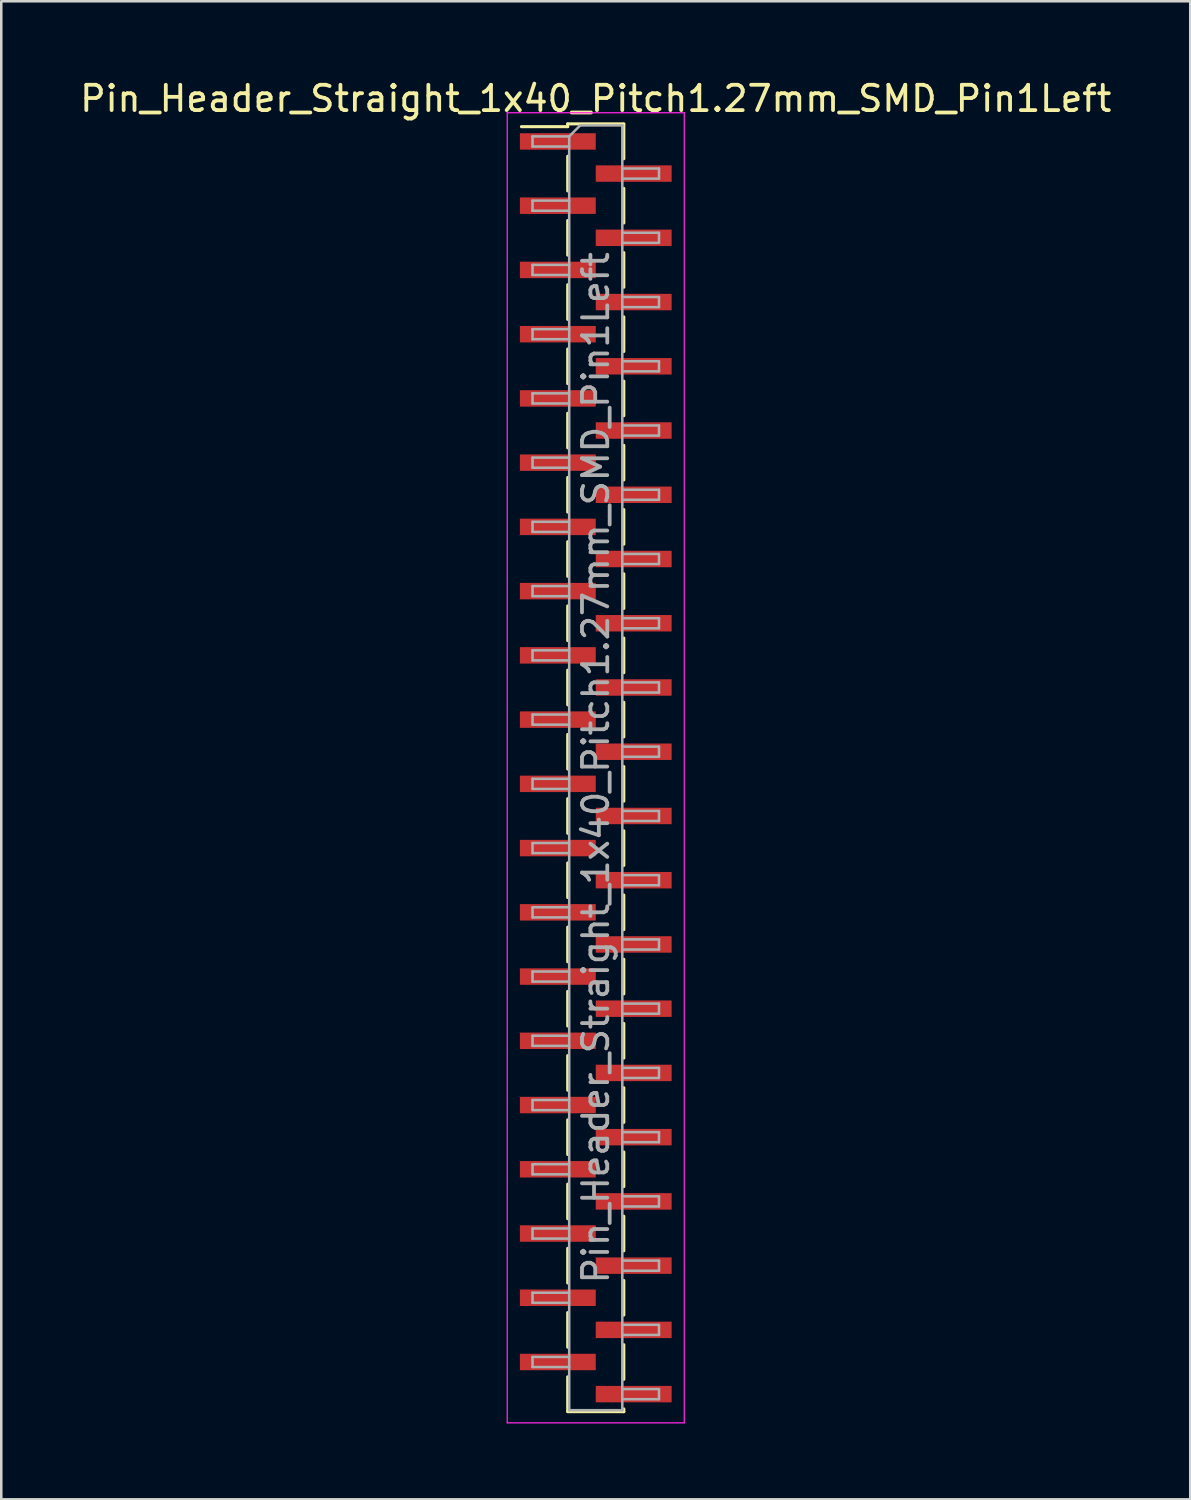
<source format=kicad_pcb>
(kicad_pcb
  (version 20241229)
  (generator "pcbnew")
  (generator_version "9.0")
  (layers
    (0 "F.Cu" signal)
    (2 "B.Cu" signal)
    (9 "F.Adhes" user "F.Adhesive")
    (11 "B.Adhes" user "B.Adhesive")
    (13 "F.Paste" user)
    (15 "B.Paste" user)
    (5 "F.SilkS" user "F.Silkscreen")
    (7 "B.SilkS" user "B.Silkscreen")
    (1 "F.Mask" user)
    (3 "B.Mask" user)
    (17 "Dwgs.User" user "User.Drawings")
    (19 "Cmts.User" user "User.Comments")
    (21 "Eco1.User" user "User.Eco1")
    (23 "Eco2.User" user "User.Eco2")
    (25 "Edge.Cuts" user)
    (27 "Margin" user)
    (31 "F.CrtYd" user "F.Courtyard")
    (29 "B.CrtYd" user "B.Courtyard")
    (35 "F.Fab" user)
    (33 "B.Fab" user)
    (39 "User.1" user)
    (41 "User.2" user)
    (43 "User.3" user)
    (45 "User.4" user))
  (footprint "Pin_Header_Straight_1x40_Pitch1.27mm_SMD_Pin1Left"
    (layer "F.Cu")
    (at 20.506 27.308)
    (property "Reference" "Pin_Header_Straight_1x40_Pitch1.27mm_SMD_Pin1Left" (at 0 -26.46 0) (layer "F.SilkS") (effects (font (size 1 1) (thickness 0.15))))
    (attr smd)
    (fp_line (start -1.11 -25.46) (end -1.11 -25.35) (stroke (width 0.12) (type solid)) (layer "F.SilkS"))
    (fp_line (start -1.11 -25.46) (end 1.11 -25.46) (stroke (width 0.12) (type solid)) (layer "F.SilkS"))
    (fp_line (start -1.11 -25.35) (end -2.94 -25.35) (stroke (width 0.12) (type solid)) (layer "F.SilkS"))
    (fp_line (start -1.11 -24.18) (end -1.11 -22.81) (stroke (width 0.12) (type solid)) (layer "F.SilkS"))
    (fp_line (start -1.11 -21.64) (end -1.11 -20.27) (stroke (width 0.12) (type solid)) (layer "F.SilkS"))
    (fp_line (start -1.11 -19.1) (end -1.11 -17.73) (stroke (width 0.12) (type solid)) (layer "F.SilkS"))
    (fp_line (start -1.11 -16.56) (end -1.11 -15.19) (stroke (width 0.12) (type solid)) (layer "F.SilkS"))
    (fp_line (start -1.11 -14.02) (end -1.11 -12.65) (stroke (width 0.12) (type solid)) (layer "F.SilkS"))
    (fp_line (start -1.11 -11.48) (end -1.11 -10.11) (stroke (width 0.12) (type solid)) (layer "F.SilkS"))
    (fp_line (start -1.11 -8.94) (end -1.11 -7.57) (stroke (width 0.12) (type solid)) (layer "F.SilkS"))
    (fp_line (start -1.11 -6.4) (end -1.11 -5.03) (stroke (width 0.12) (type solid)) (layer "F.SilkS"))
    (fp_line (start -1.11 -3.86) (end -1.11 -2.49) (stroke (width 0.12) (type solid)) (layer "F.SilkS"))
    (fp_line (start -1.11 -1.32) (end -1.11 0.05) (stroke (width 0.12) (type solid)) (layer "F.SilkS"))
    (fp_line (start -1.11 1.22) (end -1.11 2.59) (stroke (width 0.12) (type solid)) (layer "F.SilkS"))
    (fp_line (start -1.11 3.76) (end -1.11 5.13) (stroke (width 0.12) (type solid)) (layer "F.SilkS"))
    (fp_line (start -1.11 6.3) (end -1.11 7.67) (stroke (width 0.12) (type solid)) (layer "F.SilkS"))
    (fp_line (start -1.11 8.84) (end -1.11 10.21) (stroke (width 0.12) (type solid)) (layer "F.SilkS"))
    (fp_line (start -1.11 11.38) (end -1.11 12.75) (stroke (width 0.12) (type solid)) (layer "F.SilkS"))
    (fp_line (start -1.11 13.92) (end -1.11 15.29) (stroke (width 0.12) (type solid)) (layer "F.SilkS"))
    (fp_line (start -1.11 16.46) (end -1.11 17.83) (stroke (width 0.12) (type solid)) (layer "F.SilkS"))
    (fp_line (start -1.11 19) (end -1.11 20.37) (stroke (width 0.12) (type solid)) (layer "F.SilkS"))
    (fp_line (start -1.11 21.54) (end -1.11 22.91) (stroke (width 0.12) (type solid)) (layer "F.SilkS"))
    (fp_line (start -1.11 24.08) (end -1.11 25.45) (stroke (width 0.12) (type solid)) (layer "F.SilkS"))
    (fp_line (start -1.11 25.46) (end 1.11 25.46) (stroke (width 0.12) (type solid)) (layer "F.SilkS"))
    (fp_line (start 1.11 -25.45) (end 1.11 -24.08) (stroke (width 0.12) (type solid)) (layer "F.SilkS"))
    (fp_line (start 1.11 -22.91) (end 1.11 -21.54) (stroke (width 0.12) (type solid)) (layer "F.SilkS"))
    (fp_line (start 1.11 -20.37) (end 1.11 -19) (stroke (width 0.12) (type solid)) (layer "F.SilkS"))
    (fp_line (start 1.11 -17.83) (end 1.11 -16.46) (stroke (width 0.12) (type solid)) (layer "F.SilkS"))
    (fp_line (start 1.11 -15.29) (end 1.11 -13.92) (stroke (width 0.12) (type solid)) (layer "F.SilkS"))
    (fp_line (start 1.11 -12.75) (end 1.11 -11.38) (stroke (width 0.12) (type solid)) (layer "F.SilkS"))
    (fp_line (start 1.11 -10.21) (end 1.11 -8.84) (stroke (width 0.12) (type solid)) (layer "F.SilkS"))
    (fp_line (start 1.11 -7.67) (end 1.11 -6.3) (stroke (width 0.12) (type solid)) (layer "F.SilkS"))
    (fp_line (start 1.11 -5.13) (end 1.11 -3.76) (stroke (width 0.12) (type solid)) (layer "F.SilkS"))
    (fp_line (start 1.11 -2.59) (end 1.11 -1.22) (stroke (width 0.12) (type solid)) (layer "F.SilkS"))
    (fp_line (start 1.11 -0.05) (end 1.11 1.32) (stroke (width 0.12) (type solid)) (layer "F.SilkS"))
    (fp_line (start 1.11 2.49) (end 1.11 3.86) (stroke (width 0.12) (type solid)) (layer "F.SilkS"))
    (fp_line (start 1.11 5.03) (end 1.11 6.4) (stroke (width 0.12) (type solid)) (layer "F.SilkS"))
    (fp_line (start 1.11 7.57) (end 1.11 8.94) (stroke (width 0.12) (type solid)) (layer "F.SilkS"))
    (fp_line (start 1.11 10.11) (end 1.11 11.48) (stroke (width 0.12) (type solid)) (layer "F.SilkS"))
    (fp_line (start 1.11 12.65) (end 1.11 14.02) (stroke (width 0.12) (type solid)) (layer "F.SilkS"))
    (fp_line (start 1.11 15.19) (end 1.11 16.56) (stroke (width 0.12) (type solid)) (layer "F.SilkS"))
    (fp_line (start 1.11 17.73) (end 1.11 19.1) (stroke (width 0.12) (type solid)) (layer "F.SilkS"))
    (fp_line (start 1.11 20.27) (end 1.11 21.64) (stroke (width 0.12) (type solid)) (layer "F.SilkS"))
    (fp_line (start 1.11 22.81) (end 1.11 24.18) (stroke (width 0.12) (type solid)) (layer "F.SilkS"))
    (fp_line (start 1.11 25.35) (end 1.11 25.46) (stroke (width 0.12) (type solid)) (layer "F.SilkS"))
    (fp_line (start -3.5 -25.9) (end -3.5 25.9) (stroke (width 0.05) (type solid)) (layer "F.CrtYd"))
    (fp_line (start -3.5 25.9) (end 3.5 25.9) (stroke (width 0.05) (type solid)) (layer "F.CrtYd"))
    (fp_line (start 3.5 -25.9) (end -3.5 -25.9) (stroke (width 0.05) (type solid)) (layer "F.CrtYd"))
    (fp_line (start 3.5 25.9) (end 3.5 -25.9) (stroke (width 0.05) (type solid)) (layer "F.CrtYd"))
    (fp_line (start -2.5 -24.965) (end -2.5 -24.565) (stroke (width 0.1) (type solid)) (layer "F.Fab"))
    (fp_line (start -2.5 -24.565) (end -1.05 -24.565) (stroke (width 0.1) (type solid)) (layer "F.Fab"))
    (fp_line (start -2.5 -22.425) (end -2.5 -22.025) (stroke (width 0.1) (type solid)) (layer "F.Fab"))
    (fp_line (start -2.5 -22.025) (end -1.05 -22.025) (stroke (width 0.1) (type solid)) (layer "F.Fab"))
    (fp_line (start -2.5 -19.885) (end -2.5 -19.485) (stroke (width 0.1) (type solid)) (layer "F.Fab"))
    (fp_line (start -2.5 -19.485) (end -1.05 -19.485) (stroke (width 0.1) (type solid)) (layer "F.Fab"))
    (fp_line (start -2.5 -17.345) (end -2.5 -16.945) (stroke (width 0.1) (type solid)) (layer "F.Fab"))
    (fp_line (start -2.5 -16.945) (end -1.05 -16.945) (stroke (width 0.1) (type solid)) (layer "F.Fab"))
    (fp_line (start -2.5 -14.805) (end -2.5 -14.405) (stroke (width 0.1) (type solid)) (layer "F.Fab"))
    (fp_line (start -2.5 -14.405) (end -1.05 -14.405) (stroke (width 0.1) (type solid)) (layer "F.Fab"))
    (fp_line (start -2.5 -12.265) (end -2.5 -11.865) (stroke (width 0.1) (type solid)) (layer "F.Fab"))
    (fp_line (start -2.5 -11.865) (end -1.05 -11.865) (stroke (width 0.1) (type solid)) (layer "F.Fab"))
    (fp_line (start -2.5 -9.725) (end -2.5 -9.325) (stroke (width 0.1) (type solid)) (layer "F.Fab"))
    (fp_line (start -2.5 -9.325) (end -1.05 -9.325) (stroke (width 0.1) (type solid)) (layer "F.Fab"))
    (fp_line (start -2.5 -7.185) (end -2.5 -6.785) (stroke (width 0.1) (type solid)) (layer "F.Fab"))
    (fp_line (start -2.5 -6.785) (end -1.05 -6.785) (stroke (width 0.1) (type solid)) (layer "F.Fab"))
    (fp_line (start -2.5 -4.645) (end -2.5 -4.245) (stroke (width 0.1) (type solid)) (layer "F.Fab"))
    (fp_line (start -2.5 -4.245) (end -1.05 -4.245) (stroke (width 0.1) (type solid)) (layer "F.Fab"))
    (fp_line (start -2.5 -2.105) (end -2.5 -1.705) (stroke (width 0.1) (type solid)) (layer "F.Fab"))
    (fp_line (start -2.5 -1.705) (end -1.05 -1.705) (stroke (width 0.1) (type solid)) (layer "F.Fab"))
    (fp_line (start -2.5 0.435) (end -2.5 0.835) (stroke (width 0.1) (type solid)) (layer "F.Fab"))
    (fp_line (start -2.5 0.835) (end -1.05 0.835) (stroke (width 0.1) (type solid)) (layer "F.Fab"))
    (fp_line (start -2.5 2.975) (end -2.5 3.375) (stroke (width 0.1) (type solid)) (layer "F.Fab"))
    (fp_line (start -2.5 3.375) (end -1.05 3.375) (stroke (width 0.1) (type solid)) (layer "F.Fab"))
    (fp_line (start -2.5 5.515) (end -2.5 5.915) (stroke (width 0.1) (type solid)) (layer "F.Fab"))
    (fp_line (start -2.5 5.915) (end -1.05 5.915) (stroke (width 0.1) (type solid)) (layer "F.Fab"))
    (fp_line (start -2.5 8.055) (end -2.5 8.455) (stroke (width 0.1) (type solid)) (layer "F.Fab"))
    (fp_line (start -2.5 8.455) (end -1.05 8.455) (stroke (width 0.1) (type solid)) (layer "F.Fab"))
    (fp_line (start -2.5 10.595) (end -2.5 10.995) (stroke (width 0.1) (type solid)) (layer "F.Fab"))
    (fp_line (start -2.5 10.995) (end -1.05 10.995) (stroke (width 0.1) (type solid)) (layer "F.Fab"))
    (fp_line (start -2.5 13.135) (end -2.5 13.535) (stroke (width 0.1) (type solid)) (layer "F.Fab"))
    (fp_line (start -2.5 13.535) (end -1.05 13.535) (stroke (width 0.1) (type solid)) (layer "F.Fab"))
    (fp_line (start -2.5 15.675) (end -2.5 16.075) (stroke (width 0.1) (type solid)) (layer "F.Fab"))
    (fp_line (start -2.5 16.075) (end -1.05 16.075) (stroke (width 0.1) (type solid)) (layer "F.Fab"))
    (fp_line (start -2.5 18.215) (end -2.5 18.615) (stroke (width 0.1) (type solid)) (layer "F.Fab"))
    (fp_line (start -2.5 18.615) (end -1.05 18.615) (stroke (width 0.1) (type solid)) (layer "F.Fab"))
    (fp_line (start -2.5 20.755) (end -2.5 21.155) (stroke (width 0.1) (type solid)) (layer "F.Fab"))
    (fp_line (start -2.5 21.155) (end -1.05 21.155) (stroke (width 0.1) (type solid)) (layer "F.Fab"))
    (fp_line (start -2.5 23.295) (end -2.5 23.695) (stroke (width 0.1) (type solid)) (layer "F.Fab"))
    (fp_line (start -2.5 23.695) (end -1.05 23.695) (stroke (width 0.1) (type solid)) (layer "F.Fab"))
    (fp_line (start -1.05 -24.965) (end -2.5 -24.965) (stroke (width 0.1) (type solid)) (layer "F.Fab"))
    (fp_line (start -1.05 -24.965) (end -0.615 -25.4) (stroke (width 0.1) (type solid)) (layer "F.Fab"))
    (fp_line (start -1.05 -22.425) (end -2.5 -22.425) (stroke (width 0.1) (type solid)) (layer "F.Fab"))
    (fp_line (start -1.05 -19.885) (end -2.5 -19.885) (stroke (width 0.1) (type solid)) (layer "F.Fab"))
    (fp_line (start -1.05 -17.345) (end -2.5 -17.345) (stroke (width 0.1) (type solid)) (layer "F.Fab"))
    (fp_line (start -1.05 -14.805) (end -2.5 -14.805) (stroke (width 0.1) (type solid)) (layer "F.Fab"))
    (fp_line (start -1.05 -12.265) (end -2.5 -12.265) (stroke (width 0.1) (type solid)) (layer "F.Fab"))
    (fp_line (start -1.05 -9.725) (end -2.5 -9.725) (stroke (width 0.1) (type solid)) (layer "F.Fab"))
    (fp_line (start -1.05 -7.185) (end -2.5 -7.185) (stroke (width 0.1) (type solid)) (layer "F.Fab"))
    (fp_line (start -1.05 -4.645) (end -2.5 -4.645) (stroke (width 0.1) (type solid)) (layer "F.Fab"))
    (fp_line (start -1.05 -2.105) (end -2.5 -2.105) (stroke (width 0.1) (type solid)) (layer "F.Fab"))
    (fp_line (start -1.05 0.435) (end -2.5 0.435) (stroke (width 0.1) (type solid)) (layer "F.Fab"))
    (fp_line (start -1.05 2.975) (end -2.5 2.975) (stroke (width 0.1) (type solid)) (layer "F.Fab"))
    (fp_line (start -1.05 5.515) (end -2.5 5.515) (stroke (width 0.1) (type solid)) (layer "F.Fab"))
    (fp_line (start -1.05 8.055) (end -2.5 8.055) (stroke (width 0.1) (type solid)) (layer "F.Fab"))
    (fp_line (start -1.05 10.595) (end -2.5 10.595) (stroke (width 0.1) (type solid)) (layer "F.Fab"))
    (fp_line (start -1.05 13.135) (end -2.5 13.135) (stroke (width 0.1) (type solid)) (layer "F.Fab"))
    (fp_line (start -1.05 15.675) (end -2.5 15.675) (stroke (width 0.1) (type solid)) (layer "F.Fab"))
    (fp_line (start -1.05 18.215) (end -2.5 18.215) (stroke (width 0.1) (type solid)) (layer "F.Fab"))
    (fp_line (start -1.05 20.755) (end -2.5 20.755) (stroke (width 0.1) (type solid)) (layer "F.Fab"))
    (fp_line (start -1.05 23.295) (end -2.5 23.295) (stroke (width 0.1) (type solid)) (layer "F.Fab"))
    (fp_line (start -1.05 25.4) (end -1.05 -24.965) (stroke (width 0.1) (type solid)) (layer "F.Fab"))
    (fp_line (start -0.615 -25.4) (end 1.05 -25.4) (stroke (width 0.1) (type solid)) (layer "F.Fab"))
    (fp_line (start 1.05 -25.4) (end 1.05 25.4) (stroke (width 0.1) (type solid)) (layer "F.Fab"))
    (fp_line (start 1.05 -23.695) (end 2.5 -23.695) (stroke (width 0.1) (type solid)) (layer "F.Fab"))
    (fp_line (start 1.05 -21.155) (end 2.5 -21.155) (stroke (width 0.1) (type solid)) (layer "F.Fab"))
    (fp_line (start 1.05 -18.615) (end 2.5 -18.615) (stroke (width 0.1) (type solid)) (layer "F.Fab"))
    (fp_line (start 1.05 -16.075) (end 2.5 -16.075) (stroke (width 0.1) (type solid)) (layer "F.Fab"))
    (fp_line (start 1.05 -13.535) (end 2.5 -13.535) (stroke (width 0.1) (type solid)) (layer "F.Fab"))
    (fp_line (start 1.05 -10.995) (end 2.5 -10.995) (stroke (width 0.1) (type solid)) (layer "F.Fab"))
    (fp_line (start 1.05 -8.455) (end 2.5 -8.455) (stroke (width 0.1) (type solid)) (layer "F.Fab"))
    (fp_line (start 1.05 -5.915) (end 2.5 -5.915) (stroke (width 0.1) (type solid)) (layer "F.Fab"))
    (fp_line (start 1.05 -3.375) (end 2.5 -3.375) (stroke (width 0.1) (type solid)) (layer "F.Fab"))
    (fp_line (start 1.05 -0.835) (end 2.5 -0.835) (stroke (width 0.1) (type solid)) (layer "F.Fab"))
    (fp_line (start 1.05 1.705) (end 2.5 1.705) (stroke (width 0.1) (type solid)) (layer "F.Fab"))
    (fp_line (start 1.05 4.245) (end 2.5 4.245) (stroke (width 0.1) (type solid)) (layer "F.Fab"))
    (fp_line (start 1.05 6.785) (end 2.5 6.785) (stroke (width 0.1) (type solid)) (layer "F.Fab"))
    (fp_line (start 1.05 9.325) (end 2.5 9.325) (stroke (width 0.1) (type solid)) (layer "F.Fab"))
    (fp_line (start 1.05 11.865) (end 2.5 11.865) (stroke (width 0.1) (type solid)) (layer "F.Fab"))
    (fp_line (start 1.05 14.405) (end 2.5 14.405) (stroke (width 0.1) (type solid)) (layer "F.Fab"))
    (fp_line (start 1.05 16.945) (end 2.5 16.945) (stroke (width 0.1) (type solid)) (layer "F.Fab"))
    (fp_line (start 1.05 19.485) (end 2.5 19.485) (stroke (width 0.1) (type solid)) (layer "F.Fab"))
    (fp_line (start 1.05 22.025) (end 2.5 22.025) (stroke (width 0.1) (type solid)) (layer "F.Fab"))
    (fp_line (start 1.05 24.565) (end 2.5 24.565) (stroke (width 0.1) (type solid)) (layer "F.Fab"))
    (fp_line (start 1.05 25.4) (end -1.05 25.4) (stroke (width 0.1) (type solid)) (layer "F.Fab"))
    (fp_line (start 2.5 -23.695) (end 2.5 -23.295) (stroke (width 0.1) (type solid)) (layer "F.Fab"))
    (fp_line (start 2.5 -23.295) (end 1.05 -23.295) (stroke (width 0.1) (type solid)) (layer "F.Fab"))
    (fp_line (start 2.5 -21.155) (end 2.5 -20.755) (stroke (width 0.1) (type solid)) (layer "F.Fab"))
    (fp_line (start 2.5 -20.755) (end 1.05 -20.755) (stroke (width 0.1) (type solid)) (layer "F.Fab"))
    (fp_line (start 2.5 -18.615) (end 2.5 -18.215) (stroke (width 0.1) (type solid)) (layer "F.Fab"))
    (fp_line (start 2.5 -18.215) (end 1.05 -18.215) (stroke (width 0.1) (type solid)) (layer "F.Fab"))
    (fp_line (start 2.5 -16.075) (end 2.5 -15.675) (stroke (width 0.1) (type solid)) (layer "F.Fab"))
    (fp_line (start 2.5 -15.675) (end 1.05 -15.675) (stroke (width 0.1) (type solid)) (layer "F.Fab"))
    (fp_line (start 2.5 -13.535) (end 2.5 -13.135) (stroke (width 0.1) (type solid)) (layer "F.Fab"))
    (fp_line (start 2.5 -13.135) (end 1.05 -13.135) (stroke (width 0.1) (type solid)) (layer "F.Fab"))
    (fp_line (start 2.5 -10.995) (end 2.5 -10.595) (stroke (width 0.1) (type solid)) (layer "F.Fab"))
    (fp_line (start 2.5 -10.595) (end 1.05 -10.595) (stroke (width 0.1) (type solid)) (layer "F.Fab"))
    (fp_line (start 2.5 -8.455) (end 2.5 -8.055) (stroke (width 0.1) (type solid)) (layer "F.Fab"))
    (fp_line (start 2.5 -8.055) (end 1.05 -8.055) (stroke (width 0.1) (type solid)) (layer "F.Fab"))
    (fp_line (start 2.5 -5.915) (end 2.5 -5.515) (stroke (width 0.1) (type solid)) (layer "F.Fab"))
    (fp_line (start 2.5 -5.515) (end 1.05 -5.515) (stroke (width 0.1) (type solid)) (layer "F.Fab"))
    (fp_line (start 2.5 -3.375) (end 2.5 -2.975) (stroke (width 0.1) (type solid)) (layer "F.Fab"))
    (fp_line (start 2.5 -2.975) (end 1.05 -2.975) (stroke (width 0.1) (type solid)) (layer "F.Fab"))
    (fp_line (start 2.5 -0.835) (end 2.5 -0.435) (stroke (width 0.1) (type solid)) (layer "F.Fab"))
    (fp_line (start 2.5 -0.435) (end 1.05 -0.435) (stroke (width 0.1) (type solid)) (layer "F.Fab"))
    (fp_line (start 2.5 1.705) (end 2.5 2.105) (stroke (width 0.1) (type solid)) (layer "F.Fab"))
    (fp_line (start 2.5 2.105) (end 1.05 2.105) (stroke (width 0.1) (type solid)) (layer "F.Fab"))
    (fp_line (start 2.5 4.245) (end 2.5 4.645) (stroke (width 0.1) (type solid)) (layer "F.Fab"))
    (fp_line (start 2.5 4.645) (end 1.05 4.645) (stroke (width 0.1) (type solid)) (layer "F.Fab"))
    (fp_line (start 2.5 6.785) (end 2.5 7.185) (stroke (width 0.1) (type solid)) (layer "F.Fab"))
    (fp_line (start 2.5 7.185) (end 1.05 7.185) (stroke (width 0.1) (type solid)) (layer "F.Fab"))
    (fp_line (start 2.5 9.325) (end 2.5 9.725) (stroke (width 0.1) (type solid)) (layer "F.Fab"))
    (fp_line (start 2.5 9.725) (end 1.05 9.725) (stroke (width 0.1) (type solid)) (layer "F.Fab"))
    (fp_line (start 2.5 11.865) (end 2.5 12.265) (stroke (width 0.1) (type solid)) (layer "F.Fab"))
    (fp_line (start 2.5 12.265) (end 1.05 12.265) (stroke (width 0.1) (type solid)) (layer "F.Fab"))
    (fp_line (start 2.5 14.405) (end 2.5 14.805) (stroke (width 0.1) (type solid)) (layer "F.Fab"))
    (fp_line (start 2.5 14.805) (end 1.05 14.805) (stroke (width 0.1) (type solid)) (layer "F.Fab"))
    (fp_line (start 2.5 16.945) (end 2.5 17.345) (stroke (width 0.1) (type solid)) (layer "F.Fab"))
    (fp_line (start 2.5 17.345) (end 1.05 17.345) (stroke (width 0.1) (type solid)) (layer "F.Fab"))
    (fp_line (start 2.5 19.485) (end 2.5 19.885) (stroke (width 0.1) (type solid)) (layer "F.Fab"))
    (fp_line (start 2.5 19.885) (end 1.05 19.885) (stroke (width 0.1) (type solid)) (layer "F.Fab"))
    (fp_line (start 2.5 22.025) (end 2.5 22.425) (stroke (width 0.1) (type solid)) (layer "F.Fab"))
    (fp_line (start 2.5 22.425) (end 1.05 22.425) (stroke (width 0.1) (type solid)) (layer "F.Fab"))
    (fp_line (start 2.5 24.565) (end 2.5 24.965) (stroke (width 0.1) (type solid)) (layer "F.Fab"))
    (fp_line (start 2.5 24.965) (end 1.05 24.965) (stroke (width 0.1) (type solid)) (layer "F.Fab"))
    (fp_text user "${REFERENCE}" (at 0 0 90) (layer "F.Fab") (effects (font (size 1 1) (thickness 0.15))))
    (pad "1" smd rect (at -1.5 -24.765) (size 3 0.65) (layers "F.Cu" "F.Mask" "F.Paste"))
    (pad "2" smd rect (at 1.5 -23.495) (size 3 0.65) (layers "F.Cu" "F.Mask" "F.Paste"))
    (pad "3" smd rect (at -1.5 -22.225) (size 3 0.65) (layers "F.Cu" "F.Mask" "F.Paste"))
    (pad "4" smd rect (at 1.5 -20.955) (size 3 0.65) (layers "F.Cu" "F.Mask" "F.Paste"))
    (pad "5" smd rect (at -1.5 -19.685) (size 3 0.65) (layers "F.Cu" "F.Mask" "F.Paste"))
    (pad "6" smd rect (at 1.5 -18.415) (size 3 0.65) (layers "F.Cu" "F.Mask" "F.Paste"))
    (pad "7" smd rect (at -1.5 -17.145) (size 3 0.65) (layers "F.Cu" "F.Mask" "F.Paste"))
    (pad "8" smd rect (at 1.5 -15.875) (size 3 0.65) (layers "F.Cu" "F.Mask" "F.Paste"))
    (pad "9" smd rect (at -1.5 -14.605) (size 3 0.65) (layers "F.Cu" "F.Mask" "F.Paste"))
    (pad "10" smd rect (at 1.5 -13.335) (size 3 0.65) (layers "F.Cu" "F.Mask" "F.Paste"))
    (pad "11" smd rect (at -1.5 -12.065) (size 3 0.65) (layers "F.Cu" "F.Mask" "F.Paste"))
    (pad "12" smd rect (at 1.5 -10.795) (size 3 0.65) (layers "F.Cu" "F.Mask" "F.Paste"))
    (pad "13" smd rect (at -1.5 -9.525) (size 3 0.65) (layers "F.Cu" "F.Mask" "F.Paste"))
    (pad "14" smd rect (at 1.5 -8.255) (size 3 0.65) (layers "F.Cu" "F.Mask" "F.Paste"))
    (pad "15" smd rect (at -1.5 -6.985) (size 3 0.65) (layers "F.Cu" "F.Mask" "F.Paste"))
    (pad "16" smd rect (at 1.5 -5.715) (size 3 0.65) (layers "F.Cu" "F.Mask" "F.Paste"))
    (pad "17" smd rect (at -1.5 -4.445) (size 3 0.65) (layers "F.Cu" "F.Mask" "F.Paste"))
    (pad "18" smd rect (at 1.5 -3.175) (size 3 0.65) (layers "F.Cu" "F.Mask" "F.Paste"))
    (pad "19" smd rect (at -1.5 -1.905) (size 3 0.65) (layers "F.Cu" "F.Mask" "F.Paste"))
    (pad "20" smd rect (at 1.5 -0.635) (size 3 0.65) (layers "F.Cu" "F.Mask" "F.Paste"))
    (pad "21" smd rect (at -1.5 0.635) (size 3 0.65) (layers "F.Cu" "F.Mask" "F.Paste"))
    (pad "22" smd rect (at 1.5 1.905) (size 3 0.65) (layers "F.Cu" "F.Mask" "F.Paste"))
    (pad "23" smd rect (at -1.5 3.175) (size 3 0.65) (layers "F.Cu" "F.Mask" "F.Paste"))
    (pad "24" smd rect (at 1.5 4.445) (size 3 0.65) (layers "F.Cu" "F.Mask" "F.Paste"))
    (pad "25" smd rect (at -1.5 5.715) (size 3 0.65) (layers "F.Cu" "F.Mask" "F.Paste"))
    (pad "26" smd rect (at 1.5 6.985) (size 3 0.65) (layers "F.Cu" "F.Mask" "F.Paste"))
    (pad "27" smd rect (at -1.5 8.255) (size 3 0.65) (layers "F.Cu" "F.Mask" "F.Paste"))
    (pad "28" smd rect (at 1.5 9.525) (size 3 0.65) (layers "F.Cu" "F.Mask" "F.Paste"))
    (pad "29" smd rect (at -1.5 10.795) (size 3 0.65) (layers "F.Cu" "F.Mask" "F.Paste"))
    (pad "30" smd rect (at 1.5 12.065) (size 3 0.65) (layers "F.Cu" "F.Mask" "F.Paste"))
    (pad "31" smd rect (at -1.5 13.335) (size 3 0.65) (layers "F.Cu" "F.Mask" "F.Paste"))
    (pad "32" smd rect (at 1.5 14.605) (size 3 0.65) (layers "F.Cu" "F.Mask" "F.Paste"))
    (pad "33" smd rect (at -1.5 15.875) (size 3 0.65) (layers "F.Cu" "F.Mask" "F.Paste"))
    (pad "34" smd rect (at 1.5 17.145) (size 3 0.65) (layers "F.Cu" "F.Mask" "F.Paste"))
    (pad "35" smd rect (at -1.5 18.415) (size 3 0.65) (layers "F.Cu" "F.Mask" "F.Paste"))
    (pad "36" smd rect (at 1.5 19.685) (size 3 0.65) (layers "F.Cu" "F.Mask" "F.Paste"))
    (pad "37" smd rect (at -1.5 20.955) (size 3 0.65) (layers "F.Cu" "F.Mask" "F.Paste"))
    (pad "38" smd rect (at 1.5 22.225) (size 3 0.65) (layers "F.Cu" "F.Mask" "F.Paste"))
    (pad "39" smd rect (at -1.5 23.495) (size 3 0.65) (layers "F.Cu" "F.Mask" "F.Paste"))
    (pad "40" smd rect (at 1.5 24.765) (size 3 0.65) (layers "F.Cu" "F.Mask" "F.Paste")))
  (gr_rect
    (start -3 -3)
    (end 44.012 56.233)
    (stroke (width 0.1) (type default))
    (fill no)
    (layer "Edge.Cuts")))
</source>
